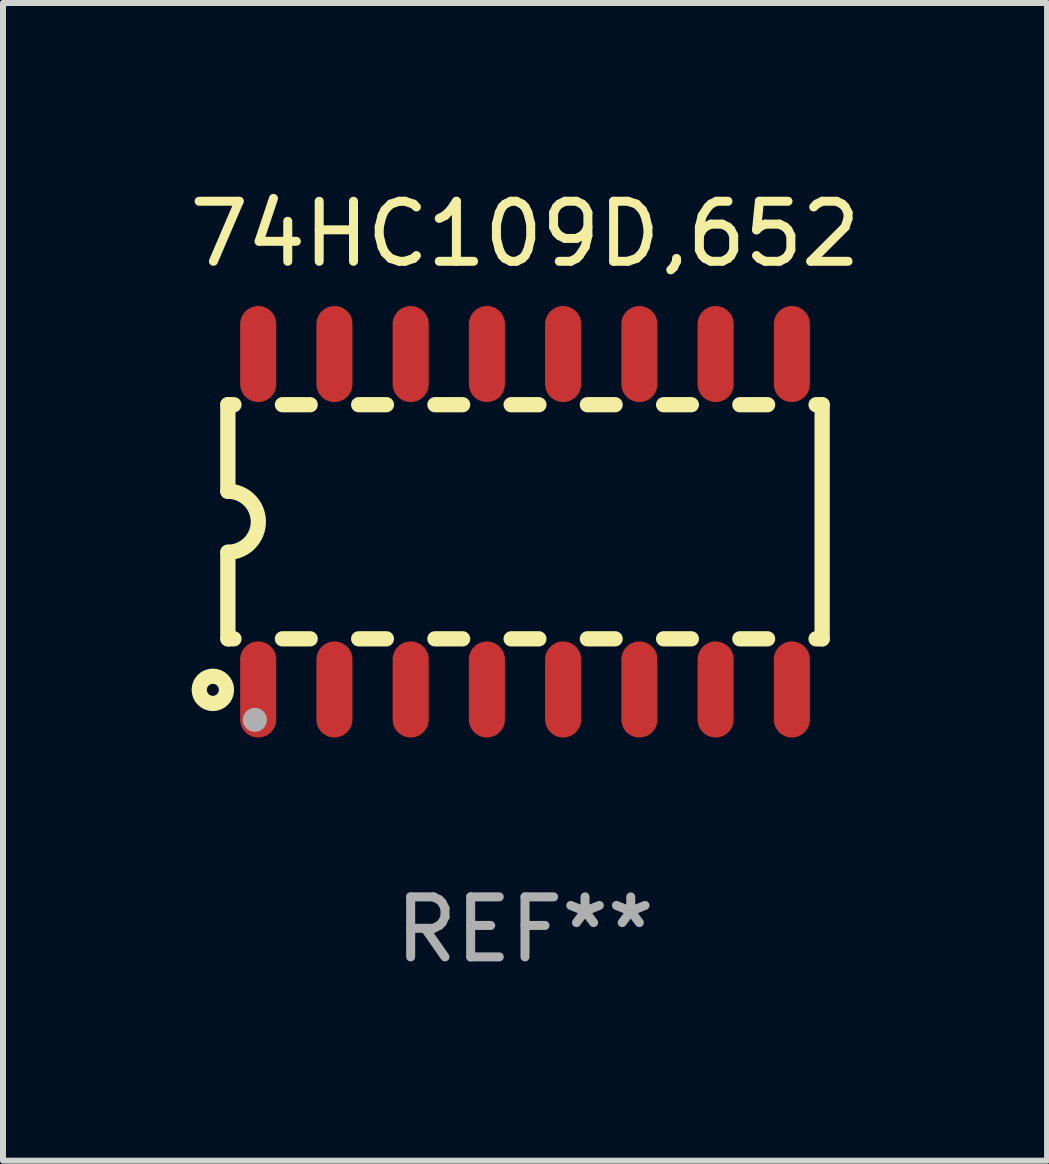
<source format=kicad_pcb>
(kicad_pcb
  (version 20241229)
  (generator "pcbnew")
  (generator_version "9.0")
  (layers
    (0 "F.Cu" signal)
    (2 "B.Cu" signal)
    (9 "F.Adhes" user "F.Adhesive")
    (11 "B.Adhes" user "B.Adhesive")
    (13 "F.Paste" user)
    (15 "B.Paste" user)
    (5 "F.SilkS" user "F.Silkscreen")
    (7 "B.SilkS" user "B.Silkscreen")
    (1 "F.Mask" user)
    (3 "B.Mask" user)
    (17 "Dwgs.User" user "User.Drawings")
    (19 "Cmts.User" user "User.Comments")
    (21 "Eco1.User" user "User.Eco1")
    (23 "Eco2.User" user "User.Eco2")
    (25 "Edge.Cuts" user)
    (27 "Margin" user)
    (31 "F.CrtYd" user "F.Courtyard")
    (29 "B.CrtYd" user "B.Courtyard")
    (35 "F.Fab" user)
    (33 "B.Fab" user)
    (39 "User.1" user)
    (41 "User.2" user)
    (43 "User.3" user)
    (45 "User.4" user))
  (footprint "74HC109D,652"
    (layer "F.Cu")
    (at 5.696 5.642)
    (property "Reference" "74HC109D,652" (at 0 -4.794 0) (layer "F.SilkS") (effects (font (size 1 1) (thickness 0.15))))
    (attr through_hole)
    (fp_line (start -4.95 -1.95) (end -4.95 -0.508) (stroke (width 0.254) (type solid)) (layer "F.SilkS"))
    (fp_line (start -4.95 -1.95) (end -4.849 -1.95) (stroke (width 0.254) (type solid)) (layer "F.SilkS"))
    (fp_line (start -4.95 1.95) (end -4.95 0.508) (stroke (width 0.254) (type solid)) (layer "F.SilkS"))
    (fp_line (start -4.95 1.95) (end -4.849 1.95) (stroke (width 0.254) (type solid)) (layer "F.SilkS"))
    (fp_line (start -4.041 -1.95) (end -3.579 -1.95) (stroke (width 0.254) (type solid)) (layer "F.SilkS"))
    (fp_line (start -4.041 1.95) (end -3.579 1.95) (stroke (width 0.254) (type solid)) (layer "F.SilkS"))
    (fp_line (start -2.771 -1.95) (end -2.309 -1.95) (stroke (width 0.254) (type solid)) (layer "F.SilkS"))
    (fp_line (start -2.771 1.95) (end -2.309 1.95) (stroke (width 0.254) (type solid)) (layer "F.SilkS"))
    (fp_line (start -1.501 -1.95) (end -1.039 -1.95) (stroke (width 0.254) (type solid)) (layer "F.SilkS"))
    (fp_line (start -1.501 1.95) (end -1.039 1.95) (stroke (width 0.254) (type solid)) (layer "F.SilkS"))
    (fp_line (start -0.231 -1.95) (end 0.231 -1.95) (stroke (width 0.254) (type solid)) (layer "F.SilkS"))
    (fp_line (start -0.231 1.95) (end 0.231 1.95) (stroke (width 0.254) (type solid)) (layer "F.SilkS"))
    (fp_line (start 1.039 -1.95) (end 1.501 -1.95) (stroke (width 0.254) (type solid)) (layer "F.SilkS"))
    (fp_line (start 1.039 1.95) (end 1.501 1.95) (stroke (width 0.254) (type solid)) (layer "F.SilkS"))
    (fp_line (start 2.309 -1.95) (end 2.771 -1.95) (stroke (width 0.254) (type solid)) (layer "F.SilkS"))
    (fp_line (start 2.309 1.95) (end 2.771 1.95) (stroke (width 0.254) (type solid)) (layer "F.SilkS"))
    (fp_line (start 3.579 -1.95) (end 4.041 -1.95) (stroke (width 0.254) (type solid)) (layer "F.SilkS"))
    (fp_line (start 3.579 1.95) (end 4.041 1.95) (stroke (width 0.254) (type solid)) (layer "F.SilkS"))
    (fp_line (start 4.849 -1.95) (end 4.95 -1.95) (stroke (width 0.254) (type solid)) (layer "F.SilkS"))
    (fp_line (start 4.849 1.95) (end 4.95 1.95) (stroke (width 0.254) (type solid)) (layer "F.SilkS"))
    (fp_line (start 4.95 -1.95) (end 4.95 1.95) (stroke (width 0.254) (type solid)) (layer "F.SilkS"))
    (fp_arc (start -4.95047 -0.508001) (mid -4.442469 -0.000228) (end -4.950013 0.508001) (stroke (width 0.254001) (type solid)) (layer "F.SilkS"))
    (fp_circle (center -5.2 2.8) (end -5.1 2.8) (stroke (width 0.254) (type solid)) (fill no) (layer "F.SilkS"))
    (fp_circle (center -4.95 2.947) (end -4.92 2.947) (stroke (width 0.06) (type solid)) (fill no) (layer "F.SilkS"))
    (fp_circle (center -4.5 3.3) (end -4.4 3.3) (stroke (width 0.2) (type solid)) (fill no) (layer "F.Fab"))
    (fp_text user "REF**" (at 0 6.794 0) (layer "F.Fab") (effects (font (size 1 1) (thickness 0.15))))
    (pad "1" smd oval (at -4.445 2.794) (size 0.6 1.6) (layers "F.Cu" "F.Mask" "F.Paste"))
    (pad "2" smd oval (at -3.175 2.794) (size 0.6 1.6) (layers "F.Cu" "F.Mask" "F.Paste"))
    (pad "3" smd oval (at -1.905 2.794) (size 0.6 1.6) (layers "F.Cu" "F.Mask" "F.Paste"))
    (pad "4" smd oval (at -0.635 2.794) (size 0.6 1.6) (layers "F.Cu" "F.Mask" "F.Paste"))
    (pad "5" smd oval (at 0.635 2.794) (size 0.6 1.6) (layers "F.Cu" "F.Mask" "F.Paste"))
    (pad "6" smd oval (at 1.905 2.794) (size 0.6 1.6) (layers "F.Cu" "F.Mask" "F.Paste"))
    (pad "7" smd oval (at 3.175 2.794) (size 0.6 1.6) (layers "F.Cu" "F.Mask" "F.Paste"))
    (pad "8" smd oval (at 4.445 2.794) (size 0.6 1.6) (layers "F.Cu" "F.Mask" "F.Paste"))
    (pad "9" smd oval (at 4.445 -2.794) (size 0.6 1.6) (layers "F.Cu" "F.Mask" "F.Paste"))
    (pad "10" smd oval (at 3.175 -2.794) (size 0.6 1.6) (layers "F.Cu" "F.Mask" "F.Paste"))
    (pad "11" smd oval (at 1.905 -2.794) (size 0.6 1.6) (layers "F.Cu" "F.Mask" "F.Paste"))
    (pad "12" smd oval (at 0.635 -2.794) (size 0.6 1.6) (layers "F.Cu" "F.Mask" "F.Paste"))
    (pad "13" smd oval (at -0.635 -2.794) (size 0.6 1.6) (layers "F.Cu" "F.Mask" "F.Paste"))
    (pad "14" smd oval (at -1.905 -2.794) (size 0.6 1.6) (layers "F.Cu" "F.Mask" "F.Paste"))
    (pad "15" smd oval (at -3.175 -2.794) (size 0.6 1.6) (layers "F.Cu" "F.Mask" "F.Paste"))
    (pad "16" smd oval (at -4.445 -2.794) (size 0.6 1.6) (layers "F.Cu" "F.Mask" "F.Paste")))
  (gr_rect
    (start -3 -3)
    (end 14.393 16.285)
    (stroke (width 0.1) (type default))
    (fill no)
    (layer "Edge.Cuts")))
</source>
